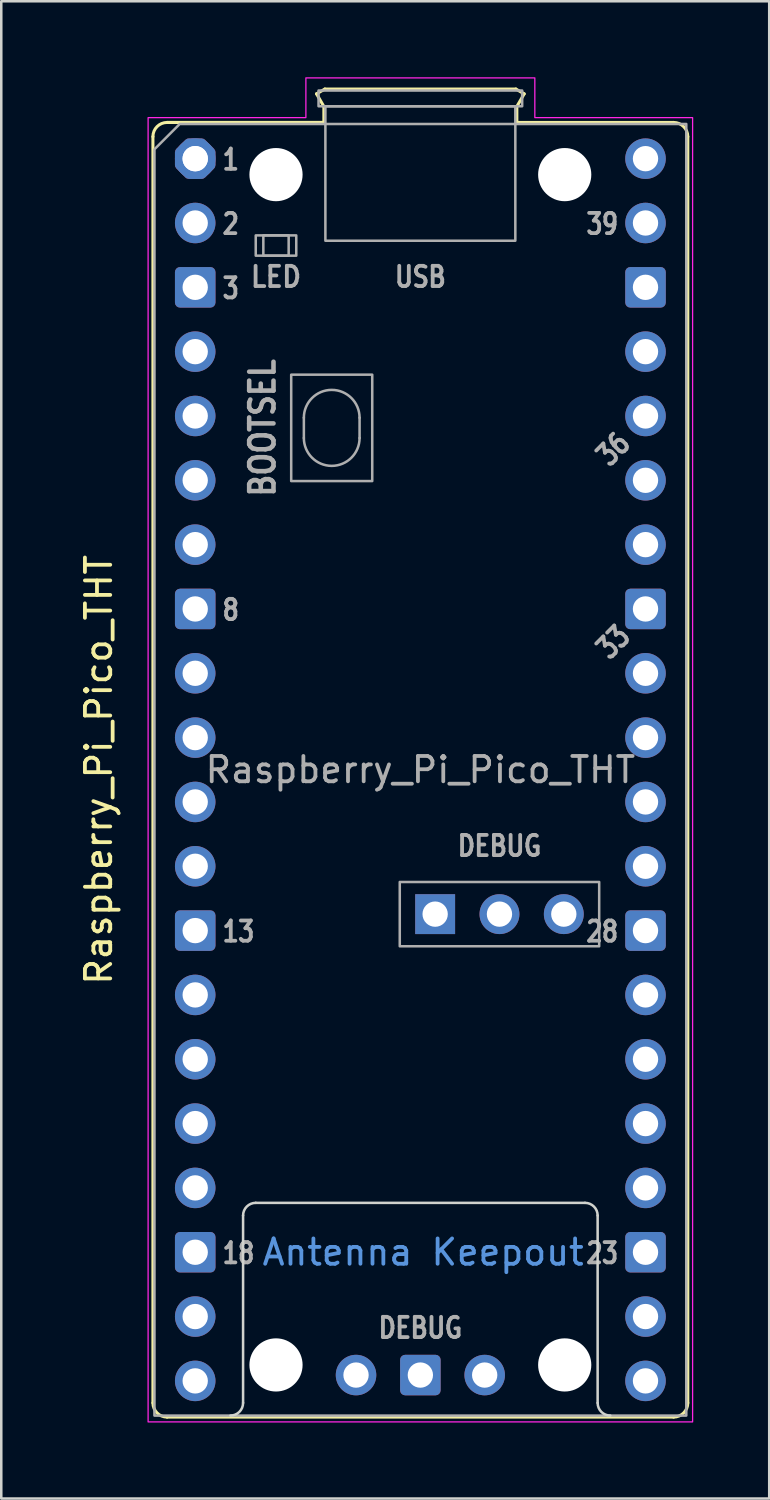
<source format=kicad_pcb>
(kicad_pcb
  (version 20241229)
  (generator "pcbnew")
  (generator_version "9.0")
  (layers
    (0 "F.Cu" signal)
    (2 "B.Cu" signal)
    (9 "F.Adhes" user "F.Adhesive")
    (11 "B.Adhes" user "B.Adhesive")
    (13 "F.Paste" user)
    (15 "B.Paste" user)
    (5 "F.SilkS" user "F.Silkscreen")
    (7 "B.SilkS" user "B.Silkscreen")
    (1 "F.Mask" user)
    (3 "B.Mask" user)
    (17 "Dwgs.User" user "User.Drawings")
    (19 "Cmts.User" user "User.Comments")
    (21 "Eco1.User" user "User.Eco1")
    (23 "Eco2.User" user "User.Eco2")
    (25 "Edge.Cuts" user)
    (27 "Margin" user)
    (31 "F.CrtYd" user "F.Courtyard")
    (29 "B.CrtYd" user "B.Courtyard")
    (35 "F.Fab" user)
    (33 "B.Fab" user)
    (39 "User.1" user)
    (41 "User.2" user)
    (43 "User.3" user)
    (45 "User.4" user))
  (footprint "Raspberry_Pi_Pico_THT"
    (layer "F.Cu")
    (at 4.658 3.215)
    (property "Reference" "Raspberry_Pi_Pico_THT" (at -3.81 24.13 270) (layer "F.SilkS") (effects (font (size 1 1) (thickness 0.15))))
    (attr through_hole)
    (fp_line (start -1.67 -0.87) (end -1.67 49.13) (stroke (width 0.12) (type solid)) (layer "F.SilkS"))
    (fp_line (start -1.11 -1.43) (end 5.08 -1.43) (stroke (width 0.12) (type solid)) (layer "F.SilkS"))
    (fp_line (start -1.11 49.69) (end 18.89 49.69) (stroke (width 0.12) (type solid)) (layer "F.SilkS"))
    (fp_line (start 4.79 -2.56) (end 5.12 -2.75) (stroke (width 0.12) (type solid)) (layer "F.SilkS"))
    (fp_line (start 5.08 -2.06) (end 4.79 -2.56) (stroke (width 0.12) (type solid)) (layer "F.SilkS"))
    (fp_line (start 5.08 -1.43) (end -1.11 -1.43) (stroke (width 0.12) (type solid)) (layer "F.SilkS"))
    (fp_line (start 5.08 -1.43) (end 5.08 -2.06) (stroke (width 0.12) (type solid)) (layer "F.SilkS"))
    (fp_line (start 5.12 -2.75) (end 12.66 -2.75) (stroke (width 0.12) (type solid)) (layer "F.SilkS"))
    (fp_line (start 12.66 -2.75) (end 12.99 -2.56) (stroke (width 0.12) (type solid)) (layer "F.SilkS"))
    (fp_line (start 12.7 -2.06) (end 12.7 -1.43) (stroke (width 0.12) (type solid)) (layer "F.SilkS"))
    (fp_line (start 12.99 -2.56) (end 12.7 -2.06) (stroke (width 0.12) (type solid)) (layer "F.SilkS"))
    (fp_line (start 18.89 -1.43) (end 12.7 -1.43) (stroke (width 0.12) (type solid)) (layer "F.SilkS"))
    (fp_line (start 19.45 -0.87) (end 19.45 49.13) (stroke (width 0.12) (type solid)) (layer "F.SilkS"))
    (fp_arc (start -1.67 -0.87) (mid -1.50598 -1.26598) (end -1.11 -1.43) (stroke (width 0.12) (type solid)) (layer "F.SilkS"))
    (fp_arc (start -1.11 49.69) (mid -1.50598 49.52598) (end -1.67 49.13) (stroke (width 0.12) (type solid)) (layer "F.SilkS"))
    (fp_arc (start 18.89 -1.43) (mid 19.28598 -1.26598) (end 19.45 -0.87) (stroke (width 0.12) (type solid)) (layer "F.SilkS"))
    (fp_arc (start 19.45 49.13) (mid 19.28598 49.52598) (end 18.89 49.69) (stroke (width 0.12) (type solid)) (layer "F.SilkS"))
    (fp_line (start 1.89 49.13) (end 1.89 41.73) (stroke (width 0.1) (type solid)) (layer "Edge.Cuts"))
    (fp_line (start 2.39 41.23) (end 15.39 41.23) (stroke (width 0.1) (type solid)) (layer "Edge.Cuts"))
    (fp_line (start 15.89 41.73) (end 15.89 49.13) (stroke (width 0.1) (type solid)) (layer "Edge.Cuts"))
    (fp_arc (start 1.89 41.73) (mid 2.036447 41.376447) (end 2.39 41.23) (stroke (width 0.1) (type solid)) (layer "Edge.Cuts"))
    (fp_arc (start 1.89 49.13) (mid 1.743553 49.483553) (end 1.39 49.63) (stroke (width 0.1) (type solid)) (layer "Edge.Cuts"))
    (fp_arc (start 15.39 41.23) (mid 15.743553 41.376447) (end 15.89 41.73) (stroke (width 0.1) (type solid)) (layer "Edge.Cuts"))
    (fp_arc (start 16.39 49.63) (mid 16.036447 49.483553) (end 15.89 49.13) (stroke (width 0.1) (type solid)) (layer "Edge.Cuts"))
    (fp_poly (pts (xy 13.41 -1.62) (xy 19.64 -1.62) (xy 19.64 49.88) (xy -1.86 49.88) (xy -1.86 -1.62) (xy 4.37 -1.62) (xy 4.37 -3.19) (xy 13.41 -3.19)) (stroke (width 0.05) (type solid)) (fill no) (layer "F.CrtYd"))
    (fp_line (start 4.29 10.23) (end 4.29 11.03) (stroke (width 0.1) (type solid)) (layer "F.Fab"))
    (fp_line (start 6.49 10.23) (end 6.49 11.03) (stroke (width 0.1) (type solid)) (layer "F.Fab"))
    (fp_rect (start 2.39 3.03) (end 3.99 3.83) (stroke (width 0.1) (type solid)) (fill no) (layer "F.Fab"))
    (fp_rect (start 2.69 3.03) (end 3.69 3.83) (stroke (width 0.1) (type solid)) (fill no) (layer "F.Fab"))
    (fp_rect (start 3.79 8.53) (end 6.99 12.73) (stroke (width 0.1) (type solid)) (fill no) (layer "F.Fab"))
    (fp_rect (start 4.87 -2.69) (end 12.91 -2.07) (stroke (width 0.1) (type solid)) (fill no) (layer "F.Fab"))
    (fp_rect (start 5.14 -2.07) (end 12.64 3.24) (stroke (width 0.1) (type solid)) (fill no) (layer "F.Fab"))
    (fp_rect (start 8.077 28.56) (end 15.951 31.1) (stroke (width 0.1) (type solid)) (fill no) (layer "F.Fab"))
    (fp_arc (start 4.29 10.23) (mid 5.39 9.13) (end 6.49 10.23) (stroke (width 0.1) (type solid)) (layer "F.Fab"))
    (fp_arc (start 6.49 11.03) (mid 5.39 12.13) (end 4.29 11.03) (stroke (width 0.1) (type solid)) (layer "F.Fab"))
    (fp_poly (pts (xy 19.39 49.63) (xy -1.61 49.63) (xy -1.61 -0.37) (xy -0.61 -1.37) (xy 19.39 -1.37)) (stroke (width 0.1) (type solid)) (fill no) (layer "F.Fab"))
    (fp_text user "Antenna Keepout" (at 9 43.18 0) (unlocked yes) (layer "Cmts.User") (effects (font (size 1 1) (thickness 0.15))))
    (fp_text user "${REFERENCE}" (at 8.89 24.13 0) (unlocked yes) (layer "F.Fab") (effects (font (size 1 1) (thickness 0.15))))
    (fp_text user "LED" (at 3.19 4.668 0) (unlocked yes) (layer "F.Fab") (effects (font (size 0.8 0.72) (thickness 0.15))))
    (fp_text user "3" (at 1 5.118 0) (unlocked yes) (layer "F.Fab") (effects (font (size 0.8 0.64) (thickness 0.15)) (justify left)))
    (fp_text user "28" (at 16.78 30.518 0) (unlocked yes) (layer "F.Fab") (effects (font (size 0.8 0.64) (thickness 0.15)) (justify right)))
    (fp_text user "13" (at 1 30.518 0) (unlocked yes) (layer "F.Fab") (effects (font (size 0.8 0.64) (thickness 0.15)) (justify left)))
    (fp_text user "USB" (at 8.89 4.668 0) (unlocked yes) (layer "F.Fab") (effects (font (size 0.8 0.66) (thickness 0.15))))
    (fp_text user "36" (at 16.51 11.468 45) (unlocked yes) (layer "F.Fab") (effects (font (size 0.8 0.64) (thickness 0.15))))
    (fp_text user "39" (at 16.78 2.578 0) (unlocked yes) (layer "F.Fab") (effects (font (size 0.8 0.64) (thickness 0.15)) (justify right)))
    (fp_text user "33" (at 16.51 19.088 45) (unlocked yes) (layer "F.Fab") (effects (font (size 0.8 0.64) (thickness 0.15))))
    (fp_text user "8" (at 1 17.818 0) (unlocked yes) (layer "F.Fab") (effects (font (size 0.8 0.64) (thickness 0.15)) (justify left)))
    (fp_text user "1" (at 1 0.038 0) (unlocked yes) (layer "F.Fab") (effects (font (size 0.8 0.64) (thickness 0.15)) (justify left)))
    (fp_text user "23" (at 16.78 43.218 0) (unlocked yes) (layer "F.Fab") (effects (font (size 0.8 0.64) (thickness 0.15)) (justify right)))
    (fp_text user "18" (at 1 43.218 0) (unlocked yes) (layer "F.Fab") (effects (font (size 0.8 0.64) (thickness 0.15)) (justify left)))
    (fp_text user "BOOTSEL" (at 2.656 10.63 90) (unlocked yes) (layer "F.Fab") (effects (font (size 0.96 0.825) (thickness 0.18))))
    (fp_text user "DEBUG" (at 12.014 27.138 0) (unlocked yes) (layer "F.Fab") (effects (font (size 0.8 0.66) (thickness 0.15))))
    (fp_text user "2" (at 1 2.578 0) (unlocked yes) (layer "F.Fab") (effects (font (size 0.8 0.64) (thickness 0.15)) (justify left)))
    (fp_text user "DEBUG" (at 8.89 46.168 0) (unlocked yes) (layer "F.Fab") (effects (font (size 0.8 0.66) (thickness 0.15))))
    (pad "" np_thru_hole circle (at 3.19 0.63) (size 2.1 2.1) (drill 2.1) (layers "*.Cu" "*.Mask"))
    (pad "" np_thru_hole circle (at 3.19 47.63) (size 2.1 2.1) (drill 2.1) (layers "*.Cu" "*.Mask"))
    (pad "" np_thru_hole circle (at 14.59 0.63) (size 2.1 2.1) (drill 2.1) (layers "*.Cu" "*.Mask"))
    (pad "" np_thru_hole circle (at 14.59 47.63) (size 2.1 2.1) (drill 2.1) (layers "*.Cu" "*.Mask"))
    (pad "1" thru_hole circle (at 0 0) (size 1.6 1.6) (drill 1) (layers "*.Cu" "*.Mask"))
    (pad "1" thru_hole custom (at 0 0) (size 1.6 1.6) (drill 1) (layers "*.Cu" "*.Mask") (options (anchor circle)) (primitives (gr_poly (pts (xy 0.6 0.249) (xy 0.249 0.6) (xy -0.249 0.6) (xy -0.6 0.249) (xy -0.6 -0.249) (xy -0.249 -0.6) (xy 0.249 -0.6) (xy 0.6 -0.249)) (width 0.4) (fill yes))))
    (pad "2" thru_hole circle (at 0 2.54) (size 1.6 1.6) (drill 1) (layers "*.Cu" "*.Mask"))
    (pad "3" thru_hole roundrect (at 0 5.08) (size 1.6 1.6) (drill 1) (layers "*.Cu" "*.Mask") (roundrect_rratio 0.125))
    (pad "4" thru_hole circle (at 0 7.62) (size 1.6 1.6) (drill 1) (layers "*.Cu" "*.Mask"))
    (pad "5" thru_hole circle (at 0 10.16) (size 1.6 1.6) (drill 1) (layers "*.Cu" "*.Mask"))
    (pad "6" thru_hole circle (at 0 12.7) (size 1.6 1.6) (drill 1) (layers "*.Cu" "*.Mask"))
    (pad "7" thru_hole circle (at 0 15.24) (size 1.6 1.6) (drill 1) (layers "*.Cu" "*.Mask"))
    (pad "8" thru_hole roundrect (at 0 17.78) (size 1.6 1.6) (drill 1) (layers "*.Cu" "*.Mask") (roundrect_rratio 0.125))
    (pad "9" thru_hole circle (at 0 20.32) (size 1.6 1.6) (drill 1) (layers "*.Cu" "*.Mask"))
    (pad "10" thru_hole circle (at 0 22.86) (size 1.6 1.6) (drill 1) (layers "*.Cu" "*.Mask"))
    (pad "11" thru_hole circle (at 0 25.4) (size 1.6 1.6) (drill 1) (layers "*.Cu" "*.Mask"))
    (pad "12" thru_hole circle (at 0 27.94) (size 1.6 1.6) (drill 1) (layers "*.Cu" "*.Mask"))
    (pad "13" thru_hole roundrect (at 0 30.48) (size 1.6 1.6) (drill 1) (layers "*.Cu" "*.Mask") (roundrect_rratio 0.125))
    (pad "14" thru_hole circle (at 0 33.02) (size 1.6 1.6) (drill 1) (layers "*.Cu" "*.Mask"))
    (pad "15" thru_hole circle (at 0 35.56) (size 1.6 1.6) (drill 1) (layers "*.Cu" "*.Mask"))
    (pad "16" thru_hole circle (at 0 38.1) (size 1.6 1.6) (drill 1) (layers "*.Cu" "*.Mask"))
    (pad "17" thru_hole circle (at 0 40.64) (size 1.6 1.6) (drill 1) (layers "*.Cu" "*.Mask"))
    (pad "18" thru_hole roundrect (at 0 43.18) (size 1.6 1.6) (drill 1) (layers "*.Cu" "*.Mask") (roundrect_rratio 0.125))
    (pad "19" thru_hole circle (at 0 45.72) (size 1.6 1.6) (drill 1) (layers "*.Cu" "*.Mask"))
    (pad "20" thru_hole circle (at 0 48.26) (size 1.6 1.6) (drill 1) (layers "*.Cu" "*.Mask"))
    (pad "21" thru_hole circle (at 17.78 48.26) (size 1.6 1.6) (drill 1) (layers "*.Cu" "*.Mask"))
    (pad "22" thru_hole circle (at 17.78 45.72) (size 1.6 1.6) (drill 1) (layers "*.Cu" "*.Mask"))
    (pad "23" thru_hole roundrect (at 17.78 43.18) (size 1.6 1.6) (drill 1) (layers "*.Cu" "*.Mask") (roundrect_rratio 0.125))
    (pad "24" thru_hole circle (at 17.78 40.64) (size 1.6 1.6) (drill 1) (layers "*.Cu" "*.Mask"))
    (pad "25" thru_hole circle (at 17.78 38.1) (size 1.6 1.6) (drill 1) (layers "*.Cu" "*.Mask"))
    (pad "26" thru_hole circle (at 17.78 35.56) (size 1.6 1.6) (drill 1) (layers "*.Cu" "*.Mask"))
    (pad "27" thru_hole circle (at 17.78 33.02) (size 1.6 1.6) (drill 1) (layers "*.Cu" "*.Mask"))
    (pad "28" thru_hole roundrect (at 17.78 30.48) (size 1.6 1.6) (drill 1) (layers "*.Cu" "*.Mask") (roundrect_rratio 0.125))
    (pad "29" thru_hole circle (at 17.78 27.94) (size 1.6 1.6) (drill 1) (layers "*.Cu" "*.Mask"))
    (pad "30" thru_hole circle (at 17.78 25.4) (size 1.6 1.6) (drill 1) (layers "*.Cu" "*.Mask"))
    (pad "31" thru_hole circle (at 17.78 22.86) (size 1.6 1.6) (drill 1) (layers "*.Cu" "*.Mask"))
    (pad "32" thru_hole circle (at 17.78 20.32) (size 1.6 1.6) (drill 1) (layers "*.Cu" "*.Mask"))
    (pad "33" thru_hole roundrect (at 17.78 17.78) (size 1.6 1.6) (drill 1) (layers "*.Cu" "*.Mask") (roundrect_rratio 0.125))
    (pad "34" thru_hole circle (at 17.78 15.24) (size 1.6 1.6) (drill 1) (layers "*.Cu" "*.Mask"))
    (pad "35" thru_hole circle (at 17.78 12.7) (size 1.6 1.6) (drill 1) (layers "*.Cu" "*.Mask"))
    (pad "36" thru_hole circle (at 17.78 10.16) (size 1.6 1.6) (drill 1) (layers "*.Cu" "*.Mask"))
    (pad "37" thru_hole circle (at 17.78 7.62) (size 1.6 1.6) (drill 1) (layers "*.Cu" "*.Mask"))
    (pad "38" thru_hole roundrect (at 17.78 5.08) (size 1.6 1.6) (drill 1) (layers "*.Cu" "*.Mask") (roundrect_rratio 0.125))
    (pad "39" thru_hole circle (at 17.78 2.54) (size 1.6 1.6) (drill 1) (layers "*.Cu" "*.Mask"))
    (pad "40" thru_hole circle (at 17.78 0) (size 1.6 1.6) (drill 1) (layers "*.Cu" "*.Mask"))
    (pad "41" thru_hole circle (at 6.35 48.03) (size 1.6 1.6) (drill 1) (layers "*.Cu" "*.Mask"))
    (pad "41" thru_hole rect (at 9.474 29.83) (size 1.575 1.575) (drill 1) (layers "*.Cu" "*.Mask"))
    (pad "42" thru_hole roundrect (at 8.89 48.03) (size 1.6 1.6) (drill 1) (layers "*.Cu" "*.Mask") (roundrect_rratio 0.125))
    (pad "42" thru_hole circle (at 12.014 29.83) (size 1.575 1.575) (drill 1) (layers "*.Cu" "*.Mask"))
    (pad "43" thru_hole circle (at 11.43 48.03) (size 1.6 1.6) (drill 1) (layers "*.Cu" "*.Mask"))
    (pad "43" thru_hole circle (at 14.554 29.83) (size 1.575 1.575) (drill 1) (layers "*.Cu" "*.Mask"))
    (zone (net_name "") (layers "F.Cu" "F.Mask" "B.Cu" "B.Mask" "F.SilkS" "B.SilkS" "F.Adhes" "B.Adhes" "F.Paste" "B.Paste") (name "Antenna Keepout") (hatch full 0.508) (connect_pads) (min_thickness 0.254) (filled_areas_thickness no) (keepout (tracks not_allowed) (vias not_allowed) (pads not_allowed) (copperpour not_allowed) (footprints not_allowed)) (placement (enabled no)) (fill) (polygon (pts (xy 20.548 52.845) (xy 6.548 52.845) (xy 6.548 44.445) (xy 20.548 44.445)))))
  (gr_rect
    (start -3 -3)
    (end 27.323 56.12)
    (stroke (width 0.1) (type default))
    (fill no)
    (layer "Edge.Cuts")))
</source>
